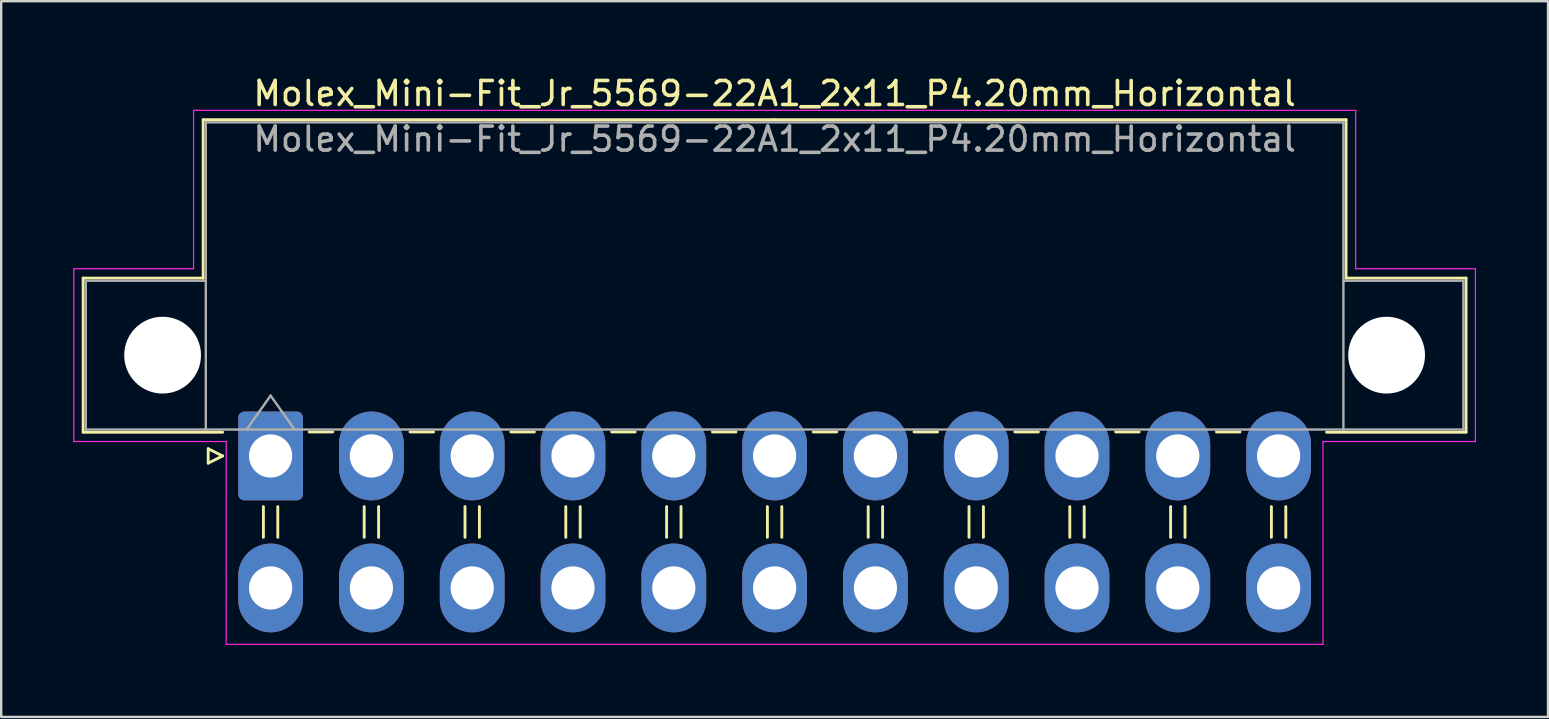
<source format=kicad_pcb>
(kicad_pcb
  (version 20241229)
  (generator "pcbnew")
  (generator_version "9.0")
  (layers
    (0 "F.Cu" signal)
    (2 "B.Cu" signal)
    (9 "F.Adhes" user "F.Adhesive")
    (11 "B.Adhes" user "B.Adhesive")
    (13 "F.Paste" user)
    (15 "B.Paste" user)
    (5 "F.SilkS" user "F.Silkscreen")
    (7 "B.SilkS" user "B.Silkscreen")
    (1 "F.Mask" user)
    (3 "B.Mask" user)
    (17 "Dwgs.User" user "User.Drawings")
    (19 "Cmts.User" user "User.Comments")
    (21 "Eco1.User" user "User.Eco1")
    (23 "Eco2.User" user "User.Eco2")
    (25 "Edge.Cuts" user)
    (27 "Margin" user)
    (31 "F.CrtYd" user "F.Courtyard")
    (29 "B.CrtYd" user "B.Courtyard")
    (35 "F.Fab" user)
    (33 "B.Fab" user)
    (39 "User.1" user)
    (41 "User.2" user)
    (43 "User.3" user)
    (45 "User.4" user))
  (footprint "Molex_Mini-Fit_Jr_5569-22A1_2x11_P4.20mm_Horizontal"
    (layer "F.Cu")
    (at 8.225 15.948)
    (property "Reference" "Molex_Mini-Fit_Jr_5569-22A1_2x11_P4.20mm_Horizontal" (at 21 -15.1 0) (layer "F.SilkS") (effects (font (size 1 1) (thickness 0.15))))
    (attr through_hole)
    (fp_line (start -7.81 -7.41) (end -7.81 -0.99) (stroke (width 0.12) (type solid)) (layer "F.SilkS"))
    (fp_line (start -7.81 -0.99) (end -2 -0.99) (stroke (width 0.12) (type solid)) (layer "F.SilkS"))
    (fp_line (start -2.81 -14.01) (end -2.81 -7.41) (stroke (width 0.12) (type solid)) (layer "F.SilkS"))
    (fp_line (start -2.81 -7.41) (end -7.81 -7.41) (stroke (width 0.12) (type solid)) (layer "F.SilkS"))
    (fp_line (start -2.6 -0.3) (end -2 0) (stroke (width 0.12) (type solid)) (layer "F.SilkS"))
    (fp_line (start -2.6 0.3) (end -2.6 -0.3) (stroke (width 0.12) (type solid)) (layer "F.SilkS"))
    (fp_line (start -2 0) (end -2.6 0.3) (stroke (width 0.12) (type solid)) (layer "F.SilkS"))
    (fp_line (start -0.3 2.11) (end -0.3 3.39) (stroke (width 0.12) (type solid)) (layer "F.SilkS"))
    (fp_line (start 0.3 2.11) (end 0.3 3.39) (stroke (width 0.12) (type solid)) (layer "F.SilkS"))
    (fp_line (start 1.61 -1) (end 2.59 -1) (stroke (width 0.12) (type solid)) (layer "F.SilkS"))
    (fp_line (start 3.9 2.11) (end 3.9 3.39) (stroke (width 0.12) (type solid)) (layer "F.SilkS"))
    (fp_line (start 4.5 2.11) (end 4.5 3.39) (stroke (width 0.12) (type solid)) (layer "F.SilkS"))
    (fp_line (start 5.81 -1) (end 6.79 -1) (stroke (width 0.12) (type solid)) (layer "F.SilkS"))
    (fp_line (start 8.1 2.11) (end 8.1 3.39) (stroke (width 0.12) (type solid)) (layer "F.SilkS"))
    (fp_line (start 8.7 2.11) (end 8.7 3.39) (stroke (width 0.12) (type solid)) (layer "F.SilkS"))
    (fp_line (start 10.01 -1) (end 10.99 -1) (stroke (width 0.12) (type solid)) (layer "F.SilkS"))
    (fp_line (start 12.3 2.11) (end 12.3 3.39) (stroke (width 0.12) (type solid)) (layer "F.SilkS"))
    (fp_line (start 12.9 2.11) (end 12.9 3.39) (stroke (width 0.12) (type solid)) (layer "F.SilkS"))
    (fp_line (start 14.21 -1) (end 15.19 -1) (stroke (width 0.12) (type solid)) (layer "F.SilkS"))
    (fp_line (start 16.5 2.11) (end 16.5 3.39) (stroke (width 0.12) (type solid)) (layer "F.SilkS"))
    (fp_line (start 17.1 2.11) (end 17.1 3.39) (stroke (width 0.12) (type solid)) (layer "F.SilkS"))
    (fp_line (start 18.41 -1) (end 19.39 -1) (stroke (width 0.12) (type solid)) (layer "F.SilkS"))
    (fp_line (start 20.7 2.11) (end 20.7 3.39) (stroke (width 0.12) (type solid)) (layer "F.SilkS"))
    (fp_line (start 21 -14.01) (end -2.81 -14.01) (stroke (width 0.12) (type solid)) (layer "F.SilkS"))
    (fp_line (start 21 -14.01) (end 44.81 -14.01) (stroke (width 0.12) (type solid)) (layer "F.SilkS"))
    (fp_line (start 21.3 2.11) (end 21.3 3.39) (stroke (width 0.12) (type solid)) (layer "F.SilkS"))
    (fp_line (start 22.61 -1) (end 23.59 -1) (stroke (width 0.12) (type solid)) (layer "F.SilkS"))
    (fp_line (start 24.9 2.11) (end 24.9 3.39) (stroke (width 0.12) (type solid)) (layer "F.SilkS"))
    (fp_line (start 25.5 2.11) (end 25.5 3.39) (stroke (width 0.12) (type solid)) (layer "F.SilkS"))
    (fp_line (start 26.81 -1) (end 27.79 -1) (stroke (width 0.12) (type solid)) (layer "F.SilkS"))
    (fp_line (start 29.1 2.11) (end 29.1 3.39) (stroke (width 0.12) (type solid)) (layer "F.SilkS"))
    (fp_line (start 29.7 2.11) (end 29.7 3.39) (stroke (width 0.12) (type solid)) (layer "F.SilkS"))
    (fp_line (start 31.01 -1) (end 31.99 -1) (stroke (width 0.12) (type solid)) (layer "F.SilkS"))
    (fp_line (start 33.3 2.11) (end 33.3 3.39) (stroke (width 0.12) (type solid)) (layer "F.SilkS"))
    (fp_line (start 33.9 2.11) (end 33.9 3.39) (stroke (width 0.12) (type solid)) (layer "F.SilkS"))
    (fp_line (start 35.21 -1) (end 36.19 -1) (stroke (width 0.12) (type solid)) (layer "F.SilkS"))
    (fp_line (start 37.5 2.11) (end 37.5 3.39) (stroke (width 0.12) (type solid)) (layer "F.SilkS"))
    (fp_line (start 38.1 2.11) (end 38.1 3.39) (stroke (width 0.12) (type solid)) (layer "F.SilkS"))
    (fp_line (start 39.41 -1) (end 40.39 -1) (stroke (width 0.12) (type solid)) (layer "F.SilkS"))
    (fp_line (start 41.7 2.11) (end 41.7 3.39) (stroke (width 0.12) (type solid)) (layer "F.SilkS"))
    (fp_line (start 42.3 2.11) (end 42.3 3.39) (stroke (width 0.12) (type solid)) (layer "F.SilkS"))
    (fp_line (start 44.81 -14.01) (end 44.81 -7.41) (stroke (width 0.12) (type solid)) (layer "F.SilkS"))
    (fp_line (start 44.81 -7.41) (end 49.81 -7.41) (stroke (width 0.12) (type solid)) (layer "F.SilkS"))
    (fp_line (start 49.81 -7.41) (end 49.81 -0.99) (stroke (width 0.12) (type solid)) (layer "F.SilkS"))
    (fp_line (start 49.81 -0.99) (end 44 -0.99) (stroke (width 0.12) (type solid)) (layer "F.SilkS"))
    (fp_line (start -8.2 -7.8) (end -8.2 -0.6) (stroke (width 0.05) (type solid)) (layer "F.CrtYd"))
    (fp_line (start -8.2 -0.6) (end -1.85 -0.6) (stroke (width 0.05) (type solid)) (layer "F.CrtYd"))
    (fp_line (start -3.21 -14.4) (end -3.21 -7.8) (stroke (width 0.05) (type solid)) (layer "F.CrtYd"))
    (fp_line (start -3.21 -7.8) (end -8.2 -7.8) (stroke (width 0.05) (type solid)) (layer "F.CrtYd"))
    (fp_line (start -1.85 -0.6) (end -1.85 7.85) (stroke (width 0.05) (type solid)) (layer "F.CrtYd"))
    (fp_line (start -1.85 7.85) (end 21 7.85) (stroke (width 0.05) (type solid)) (layer "F.CrtYd"))
    (fp_line (start 21 -14.4) (end -3.21 -14.4) (stroke (width 0.05) (type solid)) (layer "F.CrtYd"))
    (fp_line (start 21 -14.4) (end 45.21 -14.4) (stroke (width 0.05) (type solid)) (layer "F.CrtYd"))
    (fp_line (start 43.85 -0.6) (end 43.85 7.85) (stroke (width 0.05) (type solid)) (layer "F.CrtYd"))
    (fp_line (start 43.85 7.85) (end 21 7.85) (stroke (width 0.05) (type solid)) (layer "F.CrtYd"))
    (fp_line (start 45.21 -14.4) (end 45.21 -7.8) (stroke (width 0.05) (type solid)) (layer "F.CrtYd"))
    (fp_line (start 45.21 -7.8) (end 50.2 -7.8) (stroke (width 0.05) (type solid)) (layer "F.CrtYd"))
    (fp_line (start 50.2 -7.8) (end 50.2 -0.6) (stroke (width 0.05) (type solid)) (layer "F.CrtYd"))
    (fp_line (start 50.2 -0.6) (end 43.85 -0.6) (stroke (width 0.05) (type solid)) (layer "F.CrtYd"))
    (fp_line (start -7.7 -7.3) (end -7.7 -1.1) (stroke (width 0.1) (type solid)) (layer "F.Fab"))
    (fp_line (start -7.7 -1.1) (end -2.7 -1.1) (stroke (width 0.1) (type solid)) (layer "F.Fab"))
    (fp_line (start -2.7 -13.9) (end -2.7 -1.1) (stroke (width 0.1) (type solid)) (layer "F.Fab"))
    (fp_line (start -2.7 -7.3) (end -7.7 -7.3) (stroke (width 0.1) (type solid)) (layer "F.Fab"))
    (fp_line (start -2.7 -1.1) (end 44.7 -1.1) (stroke (width 0.1) (type solid)) (layer "F.Fab"))
    (fp_line (start -1 -1.1) (end 0 -2.514) (stroke (width 0.1) (type solid)) (layer "F.Fab"))
    (fp_line (start 0 -2.514) (end 1 -1.1) (stroke (width 0.1) (type solid)) (layer "F.Fab"))
    (fp_line (start 44.7 -13.9) (end -2.7 -13.9) (stroke (width 0.1) (type solid)) (layer "F.Fab"))
    (fp_line (start 44.7 -7.3) (end 49.7 -7.3) (stroke (width 0.1) (type solid)) (layer "F.Fab"))
    (fp_line (start 44.7 -1.1) (end 44.7 -13.9) (stroke (width 0.1) (type solid)) (layer "F.Fab"))
    (fp_line (start 49.7 -7.3) (end 49.7 -1.1) (stroke (width 0.1) (type solid)) (layer "F.Fab"))
    (fp_line (start 49.7 -1.1) (end 44.7 -1.1) (stroke (width 0.1) (type solid)) (layer "F.Fab"))
    (fp_text user "${REFERENCE}" (at 21 -13.2 0) (layer "F.Fab") (effects (font (size 1 1) (thickness 0.15))))
    (pad "" np_thru_hole circle (at -4.5 -4.2) (size 3.2 3.2) (drill 3.2) (layers "*.Cu" "*.Mask"))
    (pad "" np_thru_hole circle (at 46.5 -4.2) (size 3.2 3.2) (drill 3.2) (layers "*.Cu" "*.Mask"))
    (pad "1" thru_hole roundrect (at 0 0) (size 2.7 3.7) (drill 1.8) (layers "*.Cu" "*.Mask") (roundrect_rratio 0.093))
    (pad "2" thru_hole oval (at 4.2 0) (size 2.7 3.7) (drill 1.8) (layers "*.Cu" "*.Mask"))
    (pad "3" thru_hole oval (at 8.4 0) (size 2.7 3.7) (drill 1.8) (layers "*.Cu" "*.Mask"))
    (pad "4" thru_hole oval (at 12.6 0) (size 2.7 3.7) (drill 1.8) (layers "*.Cu" "*.Mask"))
    (pad "5" thru_hole oval (at 16.8 0) (size 2.7 3.7) (drill 1.8) (layers "*.Cu" "*.Mask"))
    (pad "6" thru_hole oval (at 21 0) (size 2.7 3.7) (drill 1.8) (layers "*.Cu" "*.Mask"))
    (pad "7" thru_hole oval (at 25.2 0) (size 2.7 3.7) (drill 1.8) (layers "*.Cu" "*.Mask"))
    (pad "8" thru_hole oval (at 29.4 0) (size 2.7 3.7) (drill 1.8) (layers "*.Cu" "*.Mask"))
    (pad "9" thru_hole oval (at 33.6 0) (size 2.7 3.7) (drill 1.8) (layers "*.Cu" "*.Mask"))
    (pad "10" thru_hole oval (at 37.8 0) (size 2.7 3.7) (drill 1.8) (layers "*.Cu" "*.Mask"))
    (pad "11" thru_hole oval (at 42 0) (size 2.7 3.7) (drill 1.8) (layers "*.Cu" "*.Mask"))
    (pad "12" thru_hole oval (at 0 5.5) (size 2.7 3.7) (drill 1.8) (layers "*.Cu" "*.Mask"))
    (pad "13" thru_hole oval (at 4.2 5.5) (size 2.7 3.7) (drill 1.8) (layers "*.Cu" "*.Mask"))
    (pad "14" thru_hole oval (at 8.4 5.5) (size 2.7 3.7) (drill 1.8) (layers "*.Cu" "*.Mask"))
    (pad "15" thru_hole oval (at 12.6 5.5) (size 2.7 3.7) (drill 1.8) (layers "*.Cu" "*.Mask"))
    (pad "16" thru_hole oval (at 16.8 5.5) (size 2.7 3.7) (drill 1.8) (layers "*.Cu" "*.Mask"))
    (pad "17" thru_hole oval (at 21 5.5) (size 2.7 3.7) (drill 1.8) (layers "*.Cu" "*.Mask"))
    (pad "18" thru_hole oval (at 25.2 5.5) (size 2.7 3.7) (drill 1.8) (layers "*.Cu" "*.Mask"))
    (pad "19" thru_hole oval (at 29.4 5.5) (size 2.7 3.7) (drill 1.8) (layers "*.Cu" "*.Mask"))
    (pad "20" thru_hole oval (at 33.6 5.5) (size 2.7 3.7) (drill 1.8) (layers "*.Cu" "*.Mask"))
    (pad "21" thru_hole oval (at 37.8 5.5) (size 2.7 3.7) (drill 1.8) (layers "*.Cu" "*.Mask"))
    (pad "22" thru_hole oval (at 42 5.5) (size 2.7 3.7) (drill 1.8) (layers "*.Cu" "*.Mask")))
  (gr_rect
    (start -3 -3)
    (end 61.45 26.823)
    (stroke (width 0.1) (type default))
    (fill no)
    (layer "Edge.Cuts")))
</source>
